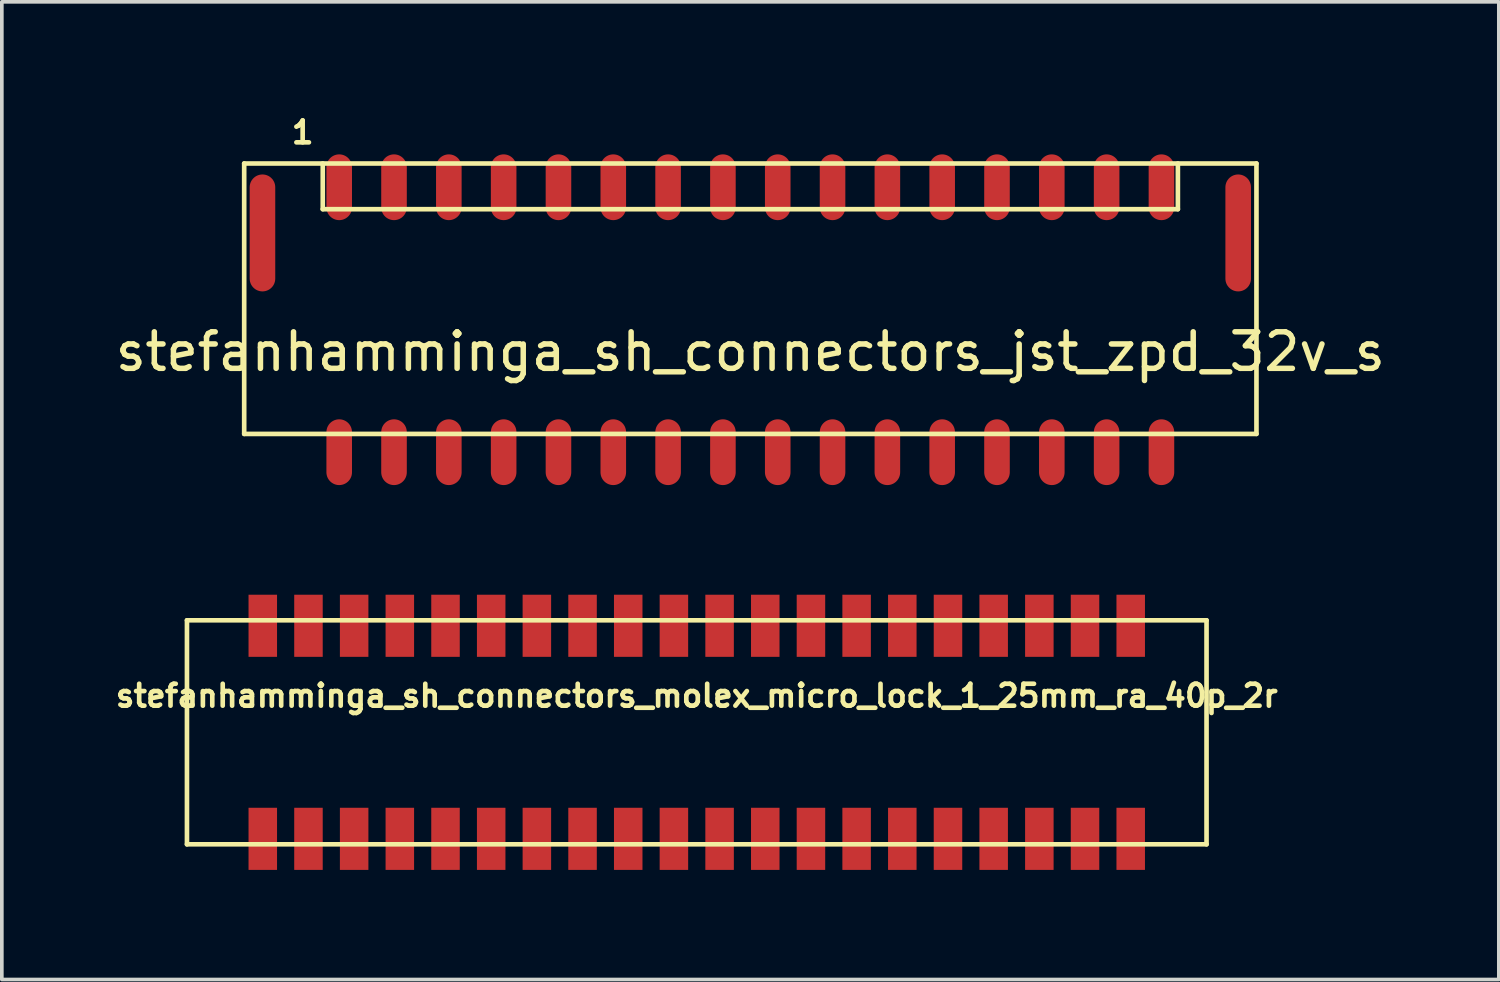
<source format=kicad_pcb>
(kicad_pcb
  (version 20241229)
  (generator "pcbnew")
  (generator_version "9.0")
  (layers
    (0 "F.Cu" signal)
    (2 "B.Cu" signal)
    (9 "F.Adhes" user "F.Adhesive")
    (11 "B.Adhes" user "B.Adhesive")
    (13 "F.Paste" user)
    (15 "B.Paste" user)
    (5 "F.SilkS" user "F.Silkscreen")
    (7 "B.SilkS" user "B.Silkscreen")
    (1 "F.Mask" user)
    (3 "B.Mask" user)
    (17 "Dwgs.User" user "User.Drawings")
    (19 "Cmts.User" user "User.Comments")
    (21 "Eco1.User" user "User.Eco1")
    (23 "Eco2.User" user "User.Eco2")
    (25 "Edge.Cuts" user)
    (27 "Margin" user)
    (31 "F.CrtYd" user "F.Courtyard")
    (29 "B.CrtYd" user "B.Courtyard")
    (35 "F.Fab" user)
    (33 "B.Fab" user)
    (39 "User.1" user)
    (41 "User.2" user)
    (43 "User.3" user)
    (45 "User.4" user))
  (footprint "stefanhamminga_sh_connectors_molex_micro_lock_1_25mm_ra_40p_2r"
    (layer "F.Cu")
    (at 16.016 16.989)
    (property "Reference" "stefanhamminga_sh_connectors_molex_micro_lock_1_25mm_ra_40p_2r" (at 0 -1 0) (layer "F.SilkS") (effects (font (size 0.6 0.6) (thickness 0.127))))
    (attr smd)
    (fp_line (start -13.95 -3.065) (end 13.95 -3.065) (stroke (width 0.127) (type solid)) (layer "F.SilkS"))
    (fp_line (start -13.95 3.065) (end -13.95 -3.065) (stroke (width 0.127) (type solid)) (layer "F.SilkS"))
    (fp_line (start -13.95 3.065) (end 13.95 3.065) (stroke (width 0.127) (type solid)) (layer "F.SilkS"))
    (fp_line (start 13.95 -3.065) (end 13.95 3.065) (stroke (width 0.127) (type solid)) (layer "F.SilkS"))
    (pad "1" smd rect (at -11.875 -2.915) (size 0.78 1.7) (layers "F.Cu" "F.Mask" "F.Paste"))
    (pad "2" smd rect (at -11.875 2.915) (size 0.78 1.7) (layers "F.Cu" "F.Mask" "F.Paste"))
    (pad "3" smd rect (at -10.625 -2.915) (size 0.78 1.7) (layers "F.Cu" "F.Mask" "F.Paste"))
    (pad "4" smd rect (at -10.625 2.915) (size 0.78 1.7) (layers "F.Cu" "F.Mask" "F.Paste"))
    (pad "5" smd rect (at -9.375 -2.915) (size 0.78 1.7) (layers "F.Cu" "F.Mask" "F.Paste"))
    (pad "6" smd rect (at -9.375 2.915) (size 0.78 1.7) (layers "F.Cu" "F.Mask" "F.Paste"))
    (pad "7" smd rect (at -8.125 -2.915) (size 0.78 1.7) (layers "F.Cu" "F.Mask" "F.Paste"))
    (pad "8" smd rect (at -8.125 2.915) (size 0.78 1.7) (layers "F.Cu" "F.Mask" "F.Paste"))
    (pad "9" smd rect (at -6.875 -2.915) (size 0.78 1.7) (layers "F.Cu" "F.Mask" "F.Paste"))
    (pad "10" smd rect (at -6.875 2.915) (size 0.78 1.7) (layers "F.Cu" "F.Mask" "F.Paste"))
    (pad "11" smd rect (at -5.625 -2.915) (size 0.78 1.7) (layers "F.Cu" "F.Mask" "F.Paste"))
    (pad "12" smd rect (at -5.625 2.915) (size 0.78 1.7) (layers "F.Cu" "F.Mask" "F.Paste"))
    (pad "13" smd rect (at -4.375 -2.915) (size 0.78 1.7) (layers "F.Cu" "F.Mask" "F.Paste"))
    (pad "14" smd rect (at -4.375 2.915) (size 0.78 1.7) (layers "F.Cu" "F.Mask" "F.Paste"))
    (pad "15" smd rect (at -3.125 -2.915) (size 0.78 1.7) (layers "F.Cu" "F.Mask" "F.Paste"))
    (pad "16" smd rect (at -3.125 2.915) (size 0.78 1.7) (layers "F.Cu" "F.Mask" "F.Paste"))
    (pad "17" smd rect (at -1.875 -2.915) (size 0.78 1.7) (layers "F.Cu" "F.Mask" "F.Paste"))
    (pad "18" smd rect (at -1.875 2.915) (size 0.78 1.7) (layers "F.Cu" "F.Mask" "F.Paste"))
    (pad "19" smd rect (at -0.625 -2.915) (size 0.78 1.7) (layers "F.Cu" "F.Mask" "F.Paste"))
    (pad "20" smd rect (at -0.625 2.915) (size 0.78 1.7) (layers "F.Cu" "F.Mask" "F.Paste"))
    (pad "21" smd rect (at 0.625 -2.915) (size 0.78 1.7) (layers "F.Cu" "F.Mask" "F.Paste"))
    (pad "22" smd rect (at 0.625 2.915) (size 0.78 1.7) (layers "F.Cu" "F.Mask" "F.Paste"))
    (pad "23" smd rect (at 1.875 -2.915) (size 0.78 1.7) (layers "F.Cu" "F.Mask" "F.Paste"))
    (pad "24" smd rect (at 1.875 2.915) (size 0.78 1.7) (layers "F.Cu" "F.Mask" "F.Paste"))
    (pad "25" smd rect (at 3.125 -2.915) (size 0.78 1.7) (layers "F.Cu" "F.Mask" "F.Paste"))
    (pad "26" smd rect (at 3.125 2.915) (size 0.78 1.7) (layers "F.Cu" "F.Mask" "F.Paste"))
    (pad "27" smd rect (at 4.375 -2.915) (size 0.78 1.7) (layers "F.Cu" "F.Mask" "F.Paste"))
    (pad "28" smd rect (at 4.375 2.915) (size 0.78 1.7) (layers "F.Cu" "F.Mask" "F.Paste"))
    (pad "29" smd rect (at 5.625 -2.915) (size 0.78 1.7) (layers "F.Cu" "F.Mask" "F.Paste"))
    (pad "30" smd rect (at 5.625 2.915) (size 0.78 1.7) (layers "F.Cu" "F.Mask" "F.Paste"))
    (pad "31" smd rect (at 6.875 -2.915) (size 0.78 1.7) (layers "F.Cu" "F.Mask" "F.Paste"))
    (pad "32" smd rect (at 6.875 2.915) (size 0.78 1.7) (layers "F.Cu" "F.Mask" "F.Paste"))
    (pad "33" smd rect (at 8.125 -2.915) (size 0.78 1.7) (layers "F.Cu" "F.Mask" "F.Paste"))
    (pad "34" smd rect (at 8.125 2.915) (size 0.78 1.7) (layers "F.Cu" "F.Mask" "F.Paste"))
    (pad "35" smd rect (at 9.375 -2.915) (size 0.78 1.7) (layers "F.Cu" "F.Mask" "F.Paste"))
    (pad "36" smd rect (at 9.375 2.915) (size 0.78 1.7) (layers "F.Cu" "F.Mask" "F.Paste"))
    (pad "37" smd rect (at 10.625 -2.915) (size 0.78 1.7) (layers "F.Cu" "F.Mask" "F.Paste"))
    (pad "38" smd rect (at 10.625 2.915) (size 0.78 1.7) (layers "F.Cu" "F.Mask" "F.Paste"))
    (pad "39" smd rect (at 11.875 -2.915) (size 0.78 1.7) (layers "F.Cu" "F.Mask" "F.Paste"))
    (pad "40" smd rect (at 11.875 2.915) (size 0.78 1.7) (layers "F.Cu" "F.Mask" "F.Paste")))
  (footprint "stefanhamminga_sh_connectors_jst_zpd_32v_s"
    (layer "F.Cu")
    (at 17.482 5.324)
    (property "Reference" "stefanhamminga_sh_connectors_jst_zpd_32v_s" (at 0 1.25 0) (layer "F.SilkS") (effects (font (size 1 1) (thickness 0.15))))
    (attr smd)
    (fp_line (start -13.85 -3.9) (end -13.85 3.5) (stroke (width 0.127) (type solid)) (layer "F.SilkS"))
    (fp_line (start -13.85 -3.9) (end 13.85 -3.9) (stroke (width 0.127) (type solid)) (layer "F.SilkS"))
    (fp_line (start -13.85 3.5) (end 13.85 3.5) (stroke (width 0.127) (type solid)) (layer "F.SilkS"))
    (fp_line (start -11.7 -3.9) (end -11.7 -2.65) (stroke (width 0.127) (type solid)) (layer "F.SilkS"))
    (fp_line (start -11.7 -2.65) (end 11.7 -2.65) (stroke (width 0.127) (type solid)) (layer "F.SilkS"))
    (fp_line (start 11.7 -3.9) (end 11.7 -2.65) (stroke (width 0.127) (type solid)) (layer "F.SilkS"))
    (fp_line (start 13.85 -3.9) (end 13.85 3.5) (stroke (width 0.127) (type solid)) (layer "F.SilkS"))
    (fp_text user "1" (at -12.25 -4.75 0) (layer "F.SilkS") (effects (font (size 0.6 0.6) (thickness 0.127))))
    (pad "1" smd oval (at -11.25 -3.25) (size 0.7 1.8) (layers "F.Cu" "F.Mask" "F.Paste"))
    (pad "2" smd oval (at -11.25 4) (size 0.7 1.8) (layers "F.Cu" "F.Mask" "F.Paste"))
    (pad "3" smd oval (at -9.75 -3.25) (size 0.7 1.8) (layers "F.Cu" "F.Mask" "F.Paste"))
    (pad "4" smd oval (at -9.75 4) (size 0.7 1.8) (layers "F.Cu" "F.Mask" "F.Paste"))
    (pad "5" smd oval (at -8.25 -3.25) (size 0.7 1.8) (layers "F.Cu" "F.Mask" "F.Paste"))
    (pad "6" smd oval (at -8.25 4) (size 0.7 1.8) (layers "F.Cu" "F.Mask" "F.Paste"))
    (pad "7" smd oval (at -6.75 -3.25) (size 0.7 1.8) (layers "F.Cu" "F.Mask" "F.Paste"))
    (pad "8" smd oval (at -6.75 4) (size 0.7 1.8) (layers "F.Cu" "F.Mask" "F.Paste"))
    (pad "9" smd oval (at -5.25 -3.25) (size 0.7 1.8) (layers "F.Cu" "F.Mask" "F.Paste"))
    (pad "10" smd oval (at -5.25 4) (size 0.7 1.8) (layers "F.Cu" "F.Mask" "F.Paste"))
    (pad "11" smd oval (at -3.75 -3.25) (size 0.7 1.8) (layers "F.Cu" "F.Mask" "F.Paste"))
    (pad "12" smd oval (at -3.75 4) (size 0.7 1.8) (layers "F.Cu" "F.Mask" "F.Paste"))
    (pad "13" smd oval (at -2.25 -3.25) (size 0.7 1.8) (layers "F.Cu" "F.Mask" "F.Paste"))
    (pad "14" smd oval (at -2.25 4) (size 0.7 1.8) (layers "F.Cu" "F.Mask" "F.Paste"))
    (pad "15" smd oval (at -0.75 -3.25) (size 0.7 1.8) (layers "F.Cu" "F.Mask" "F.Paste"))
    (pad "16" smd oval (at -0.75 4) (size 0.7 1.8) (layers "F.Cu" "F.Mask" "F.Paste"))
    (pad "17" smd oval (at 0.75 -3.25) (size 0.7 1.8) (layers "F.Cu" "F.Mask" "F.Paste"))
    (pad "18" smd oval (at 0.75 4) (size 0.7 1.8) (layers "F.Cu" "F.Mask" "F.Paste"))
    (pad "19" smd oval (at 2.25 -3.25) (size 0.7 1.8) (layers "F.Cu" "F.Mask" "F.Paste"))
    (pad "20" smd oval (at 2.25 4) (size 0.7 1.8) (layers "F.Cu" "F.Mask" "F.Paste"))
    (pad "21" smd oval (at 3.75 -3.25) (size 0.7 1.8) (layers "F.Cu" "F.Mask" "F.Paste"))
    (pad "22" smd oval (at 3.75 4) (size 0.7 1.8) (layers "F.Cu" "F.Mask" "F.Paste"))
    (pad "23" smd oval (at 5.25 -3.25) (size 0.7 1.8) (layers "F.Cu" "F.Mask" "F.Paste"))
    (pad "24" smd oval (at 5.25 4) (size 0.7 1.8) (layers "F.Cu" "F.Mask" "F.Paste"))
    (pad "25" smd oval (at 6.75 -3.25) (size 0.7 1.8) (layers "F.Cu" "F.Mask" "F.Paste"))
    (pad "26" smd oval (at 6.75 4) (size 0.7 1.8) (layers "F.Cu" "F.Mask" "F.Paste"))
    (pad "27" smd oval (at 8.25 -3.25) (size 0.7 1.8) (layers "F.Cu" "F.Mask" "F.Paste"))
    (pad "28" smd oval (at 8.25 4) (size 0.7 1.8) (layers "F.Cu" "F.Mask" "F.Paste"))
    (pad "29" smd oval (at 9.75 -3.25) (size 0.7 1.8) (layers "F.Cu" "F.Mask" "F.Paste"))
    (pad "30" smd oval (at 9.75 4) (size 0.7 1.8) (layers "F.Cu" "F.Mask" "F.Paste"))
    (pad "31" smd oval (at 11.25 -3.25) (size 0.7 1.8) (layers "F.Cu" "F.Mask" "F.Paste"))
    (pad "32" smd oval (at 11.25 4) (size 0.7 1.8) (layers "F.Cu" "F.Mask" "F.Paste"))
    (pad "33" smd oval (at -13.35 -2) (size 0.7 3.2) (layers "F.Cu" "F.Mask" "F.Paste"))
    (pad "33" smd oval (at 13.35 -2) (size 0.7 3.2) (layers "F.Cu" "F.Mask" "F.Paste")))
  (gr_rect
    (start -3 -3)
    (end 37.964 23.754)
    (stroke (width 0.1) (type default))
    (fill no)
    (layer "Edge.Cuts")))
</source>
